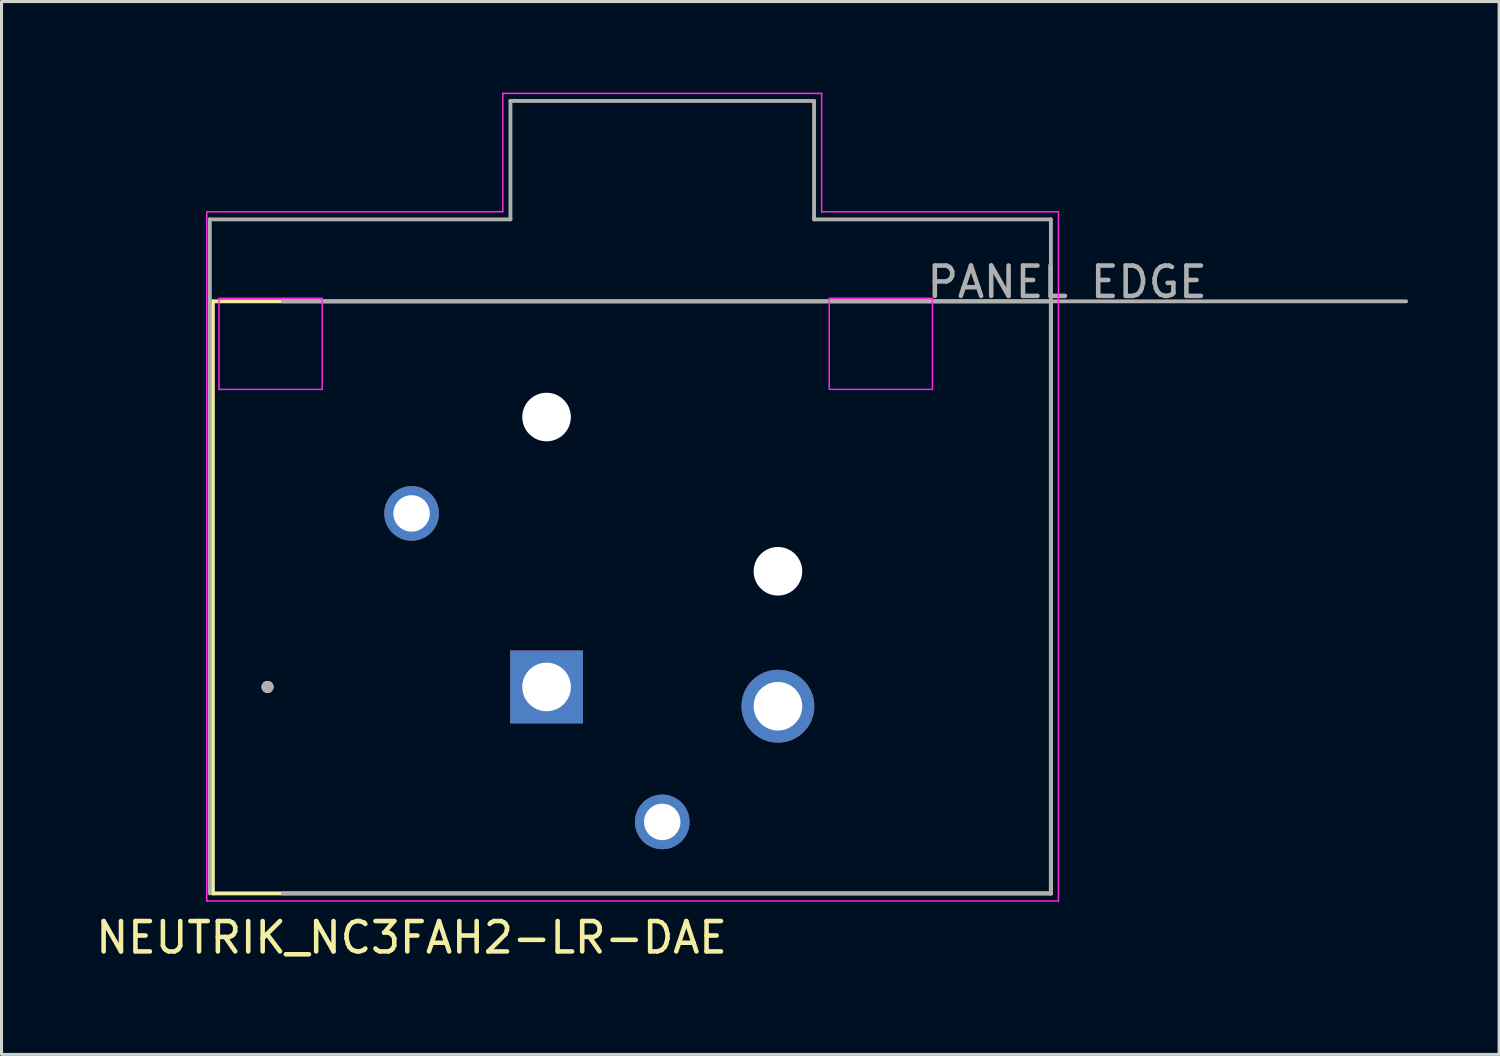
<source format=kicad_pcb>
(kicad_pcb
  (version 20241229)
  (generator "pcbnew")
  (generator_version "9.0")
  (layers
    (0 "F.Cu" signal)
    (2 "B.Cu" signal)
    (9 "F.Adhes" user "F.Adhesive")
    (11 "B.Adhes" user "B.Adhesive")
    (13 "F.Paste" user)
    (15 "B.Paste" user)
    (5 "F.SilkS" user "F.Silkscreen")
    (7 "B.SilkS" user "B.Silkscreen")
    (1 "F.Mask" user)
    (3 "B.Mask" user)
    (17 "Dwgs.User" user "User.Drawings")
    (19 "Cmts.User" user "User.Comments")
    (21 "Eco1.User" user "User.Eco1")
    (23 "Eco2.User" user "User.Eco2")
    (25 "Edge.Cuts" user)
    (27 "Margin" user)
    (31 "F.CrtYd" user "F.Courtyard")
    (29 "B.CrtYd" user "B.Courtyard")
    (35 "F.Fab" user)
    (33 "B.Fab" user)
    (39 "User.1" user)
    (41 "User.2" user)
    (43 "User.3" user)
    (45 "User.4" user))
  (footprint "NEUTRIK_NC3FAH2-LR-DAE"
    (layer "F.Cu")
    (at 18.761 6.875)
    (property "Reference" "NEUTRIK_NC3FAH2-LR-DAE" (at -8.255 20.955 0) (layer "F.SilkS") (effects (font (size 1 1) (thickness 0.15))))
    (attr through_hole)
    (fp_line (start -14.8 0) (end 12.8 0) (stroke (width 0.127) (type solid)) (layer "F.SilkS"))
    (fp_line (start -14.8 19.5) (end -14.8 0) (stroke (width 0.127) (type solid)) (layer "F.SilkS"))
    (fp_line (start 12.8 0) (end 12.8 19.5) (stroke (width 0.127) (type solid)) (layer "F.SilkS"))
    (fp_line (start 12.8 19.5) (end -14.8 19.5) (stroke (width 0.127) (type solid)) (layer "F.SilkS"))
    (fp_circle (center -13 12.7) (end -12.9 12.7) (stroke (width 0.2) (type solid)) (fill no) (layer "F.SilkS"))
    (fp_line (start -15 -2.95) (end -5.25 -2.95) (stroke (width 0.05) (type solid)) (layer "F.CrtYd"))
    (fp_line (start -15 19.75) (end -15 -2.95) (stroke (width 0.05) (type solid)) (layer "F.CrtYd"))
    (fp_line (start -5.25 -6.85) (end 5.25 -6.85) (stroke (width 0.05) (type solid)) (layer "F.CrtYd"))
    (fp_line (start -5.25 -2.95) (end -5.25 -6.85) (stroke (width 0.05) (type solid)) (layer "F.CrtYd"))
    (fp_line (start 5.25 -6.85) (end 5.25 -2.95) (stroke (width 0.05) (type solid)) (layer "F.CrtYd"))
    (fp_line (start 5.25 -2.95) (end 13.05 -2.95) (stroke (width 0.05) (type solid)) (layer "F.CrtYd"))
    (fp_line (start 13.05 -2.95) (end 13.05 19.75) (stroke (width 0.05) (type solid)) (layer "F.CrtYd"))
    (fp_line (start 13.05 19.75) (end -15 19.75) (stroke (width 0.05) (type solid)) (layer "F.CrtYd"))
    (fp_rect (start -14.6 2.9) (end -11.2 -0.1) (stroke (width 0.05) (type default)) (fill no) (layer "F.CrtYd"))
    (fp_rect (start 5.5 2.9) (end 8.9 -0.1) (stroke (width 0.05) (type default)) (fill no) (layer "F.CrtYd"))
    (fp_line (start -14.9 -2.7) (end -14.9 0.07) (stroke (width 0.127) (type solid)) (layer "F.Fab"))
    (fp_line (start -14.9 0.07) (end -14.9 19.5) (stroke (width 0.127) (type solid)) (layer "F.Fab"))
    (fp_line (start -12.5 0) (end 24.5 0) (stroke (width 0.127) (type solid)) (layer "F.Fab"))
    (fp_line (start -12.5 19.5) (end 12.8 19.5) (stroke (width 0.127) (type solid)) (layer "F.Fab"))
    (fp_line (start -5 -6.6) (end -5 -2.7) (stroke (width 0.127) (type solid)) (layer "F.Fab"))
    (fp_line (start -5 -2.7) (end -14.9 -2.7) (stroke (width 0.127) (type solid)) (layer "F.Fab"))
    (fp_line (start 5 -6.6) (end -5 -6.6) (stroke (width 0.127) (type solid)) (layer "F.Fab"))
    (fp_line (start 5 -2.7) (end 5 -6.6) (stroke (width 0.127) (type solid)) (layer "F.Fab"))
    (fp_line (start 12.8 -2.7) (end 5 -2.7) (stroke (width 0.127) (type solid)) (layer "F.Fab"))
    (fp_line (start 12.8 19.5) (end 12.8 -2.7) (stroke (width 0.127) (type solid)) (layer "F.Fab"))
    (fp_circle (center -13 12.7) (end -12.9 12.7) (stroke (width 0.2) (type solid)) (fill no) (layer "F.Fab"))
    (fp_text user "PANEL EDGE" (at 13.335 -0.635 0) (layer "F.Fab") (effects (font (size 1 1) (thickness 0.15))))
    (pad "" np_thru_hole circle (at -3.81 3.81) (size 1.6 1.6) (drill 1.6) (layers "*.Cu" "*.Mask"))
    (pad "" np_thru_hole circle (at 3.81 8.89) (size 1.6 1.6) (drill 1.6) (layers "*.Cu" "*.Mask"))
    (pad "1" thru_hole rect (at -3.81 12.7) (size 2.4 2.4) (drill 1.6) (layers "*.Cu" "*.Mask"))
    (pad "2" thru_hole circle (at 3.81 13.335) (size 2.4 2.4) (drill 1.6) (layers "*.Cu" "*.Mask"))
    (pad "3" thru_hole circle (at 0 17.145) (size 1.8 1.8) (drill 1.2) (layers "*.Cu" "*.Mask"))
    (pad "G" thru_hole circle (at -8.255 6.985) (size 1.8 1.8) (drill 1.2) (layers "*.Cu" "*.Mask")))
  (gr_rect
    (start -3 -3)
    (end 46.324 31.678)
    (stroke (width 0.1) (type default))
    (fill no)
    (layer "Edge.Cuts")))
</source>
